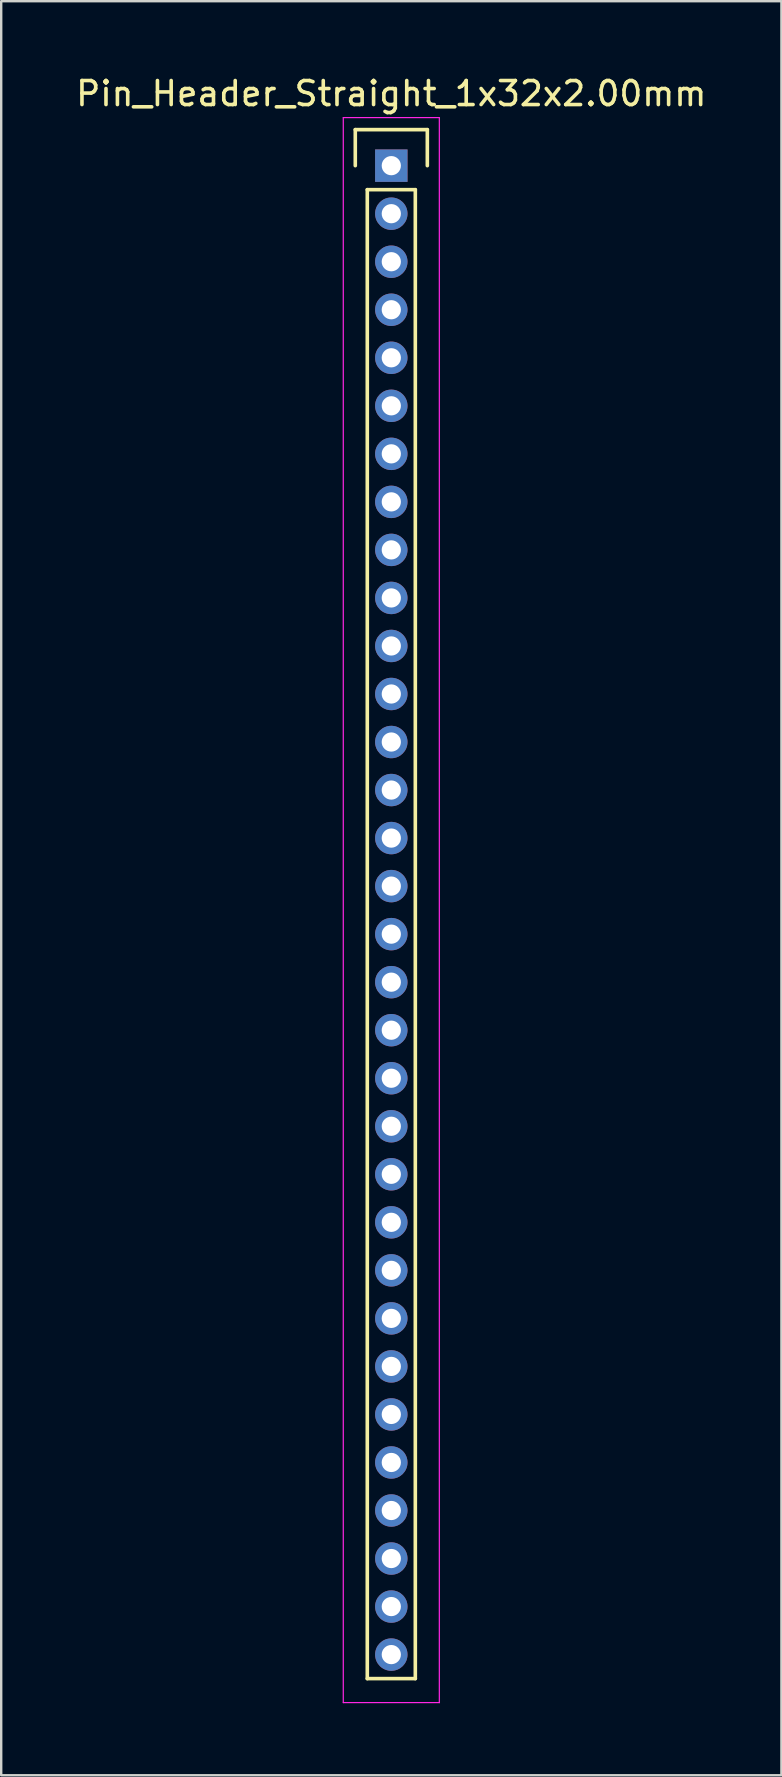
<source format=kicad_pcb>
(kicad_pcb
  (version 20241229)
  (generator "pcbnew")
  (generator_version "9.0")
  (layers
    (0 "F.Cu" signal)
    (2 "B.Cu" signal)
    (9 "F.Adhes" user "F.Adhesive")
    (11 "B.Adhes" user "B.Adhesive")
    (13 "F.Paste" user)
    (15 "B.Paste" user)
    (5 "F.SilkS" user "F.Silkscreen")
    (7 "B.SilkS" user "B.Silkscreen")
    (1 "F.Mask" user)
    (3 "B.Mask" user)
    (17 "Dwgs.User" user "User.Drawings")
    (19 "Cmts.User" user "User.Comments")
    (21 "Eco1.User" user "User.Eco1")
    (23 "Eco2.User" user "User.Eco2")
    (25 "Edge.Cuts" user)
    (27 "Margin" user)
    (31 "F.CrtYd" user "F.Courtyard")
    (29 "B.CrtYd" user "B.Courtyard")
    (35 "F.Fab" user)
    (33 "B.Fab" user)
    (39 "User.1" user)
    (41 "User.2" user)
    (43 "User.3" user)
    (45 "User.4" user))
  (footprint "Pin_Header_Straight_1x32x2.00mm"
    (layer "F.Cu")
    (at 13.244 3.848)
    (property "Reference" "Pin_Header_Straight_1x32x2.00mm" (at 0 -3 0) (layer "F.SilkS") (effects (font (size 1 1) (thickness 0.15))))
    (attr through_hole)
    (fp_line (start -1.5 -1.5) (end 1.5 -1.5) (stroke (width 0.15) (type solid)) (layer "F.SilkS"))
    (fp_line (start -1.5 0) (end -1.5 -1.5) (stroke (width 0.15) (type solid)) (layer "F.SilkS"))
    (fp_line (start -1 1) (end 1 1) (stroke (width 0.15) (type solid)) (layer "F.SilkS"))
    (fp_line (start -1 63) (end -1 1) (stroke (width 0.15) (type solid)) (layer "F.SilkS"))
    (fp_line (start 1 1) (end 1 63) (stroke (width 0.15) (type solid)) (layer "F.SilkS"))
    (fp_line (start 1 63) (end -1 63) (stroke (width 0.15) (type solid)) (layer "F.SilkS"))
    (fp_line (start 1.5 -1.5) (end 1.5 0) (stroke (width 0.15) (type solid)) (layer "F.SilkS"))
    (fp_line (start -2 -2) (end 2 -2) (stroke (width 0.05) (type solid)) (layer "F.CrtYd"))
    (fp_line (start -2 64) (end -2 -2) (stroke (width 0.05) (type solid)) (layer "F.CrtYd"))
    (fp_line (start 2 -2) (end 2 64) (stroke (width 0.05) (type solid)) (layer "F.CrtYd"))
    (fp_line (start 2 64) (end -2 64) (stroke (width 0.05) (type solid)) (layer "F.CrtYd"))
    (pad "1" thru_hole rect (at 0 0) (size 1.35 1.35) (drill 0.8) (layers "*.Cu" "*.Mask"))
    (pad "2" thru_hole circle (at 0 2) (size 1.35 1.35) (drill 0.8) (layers "*.Cu" "*.Mask"))
    (pad "3" thru_hole circle (at 0 4) (size 1.35 1.35) (drill 0.8) (layers "*.Cu" "*.Mask"))
    (pad "4" thru_hole circle (at 0 6) (size 1.35 1.35) (drill 0.8) (layers "*.Cu" "*.Mask"))
    (pad "5" thru_hole circle (at 0 8) (size 1.35 1.35) (drill 0.8) (layers "*.Cu" "*.Mask"))
    (pad "6" thru_hole circle (at 0 10) (size 1.35 1.35) (drill 0.8) (layers "*.Cu" "*.Mask"))
    (pad "7" thru_hole circle (at 0 12) (size 1.35 1.35) (drill 0.8) (layers "*.Cu" "*.Mask"))
    (pad "8" thru_hole circle (at 0 14) (size 1.35 1.35) (drill 0.8) (layers "*.Cu" "*.Mask"))
    (pad "9" thru_hole circle (at 0 16) (size 1.35 1.35) (drill 0.8) (layers "*.Cu" "*.Mask"))
    (pad "10" thru_hole circle (at 0 18) (size 1.35 1.35) (drill 0.8) (layers "*.Cu" "*.Mask"))
    (pad "11" thru_hole circle (at 0 20) (size 1.35 1.35) (drill 0.8) (layers "*.Cu" "*.Mask"))
    (pad "12" thru_hole circle (at 0 22) (size 1.35 1.35) (drill 0.8) (layers "*.Cu" "*.Mask"))
    (pad "13" thru_hole circle (at 0 24) (size 1.35 1.35) (drill 0.8) (layers "*.Cu" "*.Mask"))
    (pad "14" thru_hole circle (at 0 26) (size 1.35 1.35) (drill 0.8) (layers "*.Cu" "*.Mask"))
    (pad "15" thru_hole circle (at 0 28) (size 1.35 1.35) (drill 0.8) (layers "*.Cu" "*.Mask"))
    (pad "16" thru_hole circle (at 0 30) (size 1.35 1.35) (drill 0.8) (layers "*.Cu" "*.Mask"))
    (pad "17" thru_hole circle (at 0 32) (size 1.35 1.35) (drill 0.8) (layers "*.Cu" "*.Mask"))
    (pad "18" thru_hole circle (at 0 34) (size 1.35 1.35) (drill 0.8) (layers "*.Cu" "*.Mask"))
    (pad "19" thru_hole circle (at 0 36) (size 1.35 1.35) (drill 0.8) (layers "*.Cu" "*.Mask"))
    (pad "20" thru_hole circle (at 0 38) (size 1.35 1.35) (drill 0.8) (layers "*.Cu" "*.Mask"))
    (pad "21" thru_hole circle (at 0 40) (size 1.35 1.35) (drill 0.8) (layers "*.Cu" "*.Mask"))
    (pad "22" thru_hole circle (at 0 42) (size 1.35 1.35) (drill 0.8) (layers "*.Cu" "*.Mask"))
    (pad "23" thru_hole circle (at 0 44) (size 1.35 1.35) (drill 0.8) (layers "*.Cu" "*.Mask"))
    (pad "24" thru_hole circle (at 0 46) (size 1.35 1.35) (drill 0.8) (layers "*.Cu" "*.Mask"))
    (pad "25" thru_hole circle (at 0 48) (size 1.35 1.35) (drill 0.8) (layers "*.Cu" "*.Mask"))
    (pad "26" thru_hole circle (at 0 50) (size 1.35 1.35) (drill 0.8) (layers "*.Cu" "*.Mask"))
    (pad "27" thru_hole circle (at 0 52) (size 1.35 1.35) (drill 0.8) (layers "*.Cu" "*.Mask"))
    (pad "28" thru_hole circle (at 0 54) (size 1.35 1.35) (drill 0.8) (layers "*.Cu" "*.Mask"))
    (pad "29" thru_hole circle (at 0 56) (size 1.35 1.35) (drill 0.8) (layers "*.Cu" "*.Mask"))
    (pad "30" thru_hole circle (at 0 58) (size 1.35 1.35) (drill 0.8) (layers "*.Cu" "*.Mask"))
    (pad "31" thru_hole circle (at 0 60) (size 1.35 1.35) (drill 0.8) (layers "*.Cu" "*.Mask"))
    (pad "32" thru_hole circle (at 0 62) (size 1.35 1.35) (drill 0.8) (layers "*.Cu" "*.Mask")))
  (gr_rect
    (start -3 -3)
    (end 29.488 70.873)
    (stroke (width 0.1) (type default))
    (fill no)
    (layer "Edge.Cuts")))
</source>
